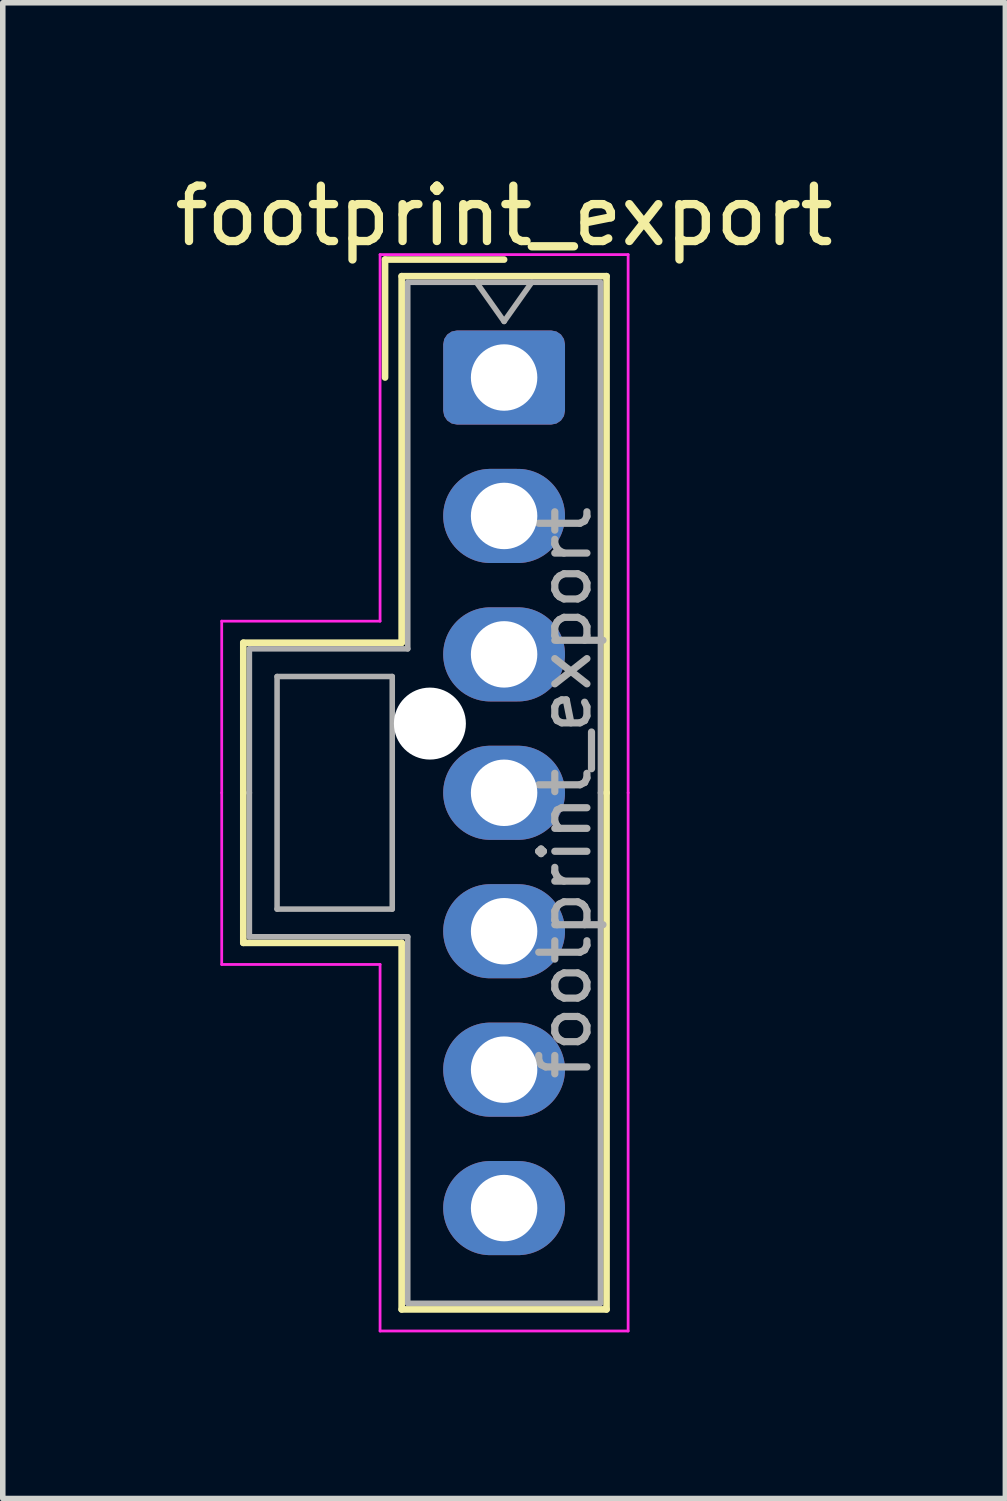
<source format=kicad_pcb>
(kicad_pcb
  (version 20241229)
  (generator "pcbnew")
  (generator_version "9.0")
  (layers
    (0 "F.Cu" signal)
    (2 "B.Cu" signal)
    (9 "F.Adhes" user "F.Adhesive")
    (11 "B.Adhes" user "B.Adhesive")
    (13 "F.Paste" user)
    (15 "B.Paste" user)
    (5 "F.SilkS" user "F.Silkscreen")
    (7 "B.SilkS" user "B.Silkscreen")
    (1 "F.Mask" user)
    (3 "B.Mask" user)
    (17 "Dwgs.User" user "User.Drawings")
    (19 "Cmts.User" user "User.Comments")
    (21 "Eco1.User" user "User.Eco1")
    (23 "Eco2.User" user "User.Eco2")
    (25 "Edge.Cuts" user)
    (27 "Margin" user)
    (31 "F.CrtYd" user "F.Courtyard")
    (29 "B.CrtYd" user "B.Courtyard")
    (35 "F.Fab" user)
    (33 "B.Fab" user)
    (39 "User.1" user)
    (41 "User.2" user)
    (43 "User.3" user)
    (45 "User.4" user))
  (footprint "footprint_export"
    (layer "F.Cu")
    (at 6.054 3.768)
    (property "Reference" "footprint_export" (at 0 -2.92 0) (layer "F.SilkS") (effects (font (size 1 1) (thickness 0.15))))
    (attr through_hole)
    (fp_line (start -4.71 4.79) (end -4.71 7.5) (stroke (width 0.12) (type solid)) (layer "F.SilkS"))
    (fp_line (start -4.71 10.21) (end -4.71 7.5) (stroke (width 0.12) (type solid)) (layer "F.SilkS"))
    (fp_line (start -2.15 -2.13) (end -2.15 0) (stroke (width 0.12) (type solid)) (layer "F.SilkS"))
    (fp_line (start -1.85 -1.83) (end -1.85 4.79) (stroke (width 0.12) (type solid)) (layer "F.SilkS"))
    (fp_line (start -1.85 4.79) (end -4.71 4.79) (stroke (width 0.12) (type solid)) (layer "F.SilkS"))
    (fp_line (start -1.85 10.21) (end -4.71 10.21) (stroke (width 0.12) (type solid)) (layer "F.SilkS"))
    (fp_line (start -1.85 16.83) (end -1.85 10.21) (stroke (width 0.12) (type solid)) (layer "F.SilkS"))
    (fp_line (start 0 -2.13) (end -2.15 -2.13) (stroke (width 0.12) (type solid)) (layer "F.SilkS"))
    (fp_line (start 1.85 -1.83) (end -1.85 -1.83) (stroke (width 0.12) (type solid)) (layer "F.SilkS"))
    (fp_line (start 1.85 7.5) (end 1.85 -1.83) (stroke (width 0.12) (type solid)) (layer "F.SilkS"))
    (fp_line (start 1.85 7.5) (end 1.85 16.83) (stroke (width 0.12) (type solid)) (layer "F.SilkS"))
    (fp_line (start 1.85 16.83) (end -1.85 16.83) (stroke (width 0.12) (type solid)) (layer "F.SilkS"))
    (fp_line (start -5.1 4.4) (end -5.1 7.5) (stroke (width 0.05) (type solid)) (layer "F.CrtYd"))
    (fp_line (start -5.1 10.6) (end -5.1 7.5) (stroke (width 0.05) (type solid)) (layer "F.CrtYd"))
    (fp_line (start -2.24 -2.22) (end -2.24 4.4) (stroke (width 0.05) (type solid)) (layer "F.CrtYd"))
    (fp_line (start -2.24 4.4) (end -5.1 4.4) (stroke (width 0.05) (type solid)) (layer "F.CrtYd"))
    (fp_line (start -2.24 10.6) (end -5.1 10.6) (stroke (width 0.05) (type solid)) (layer "F.CrtYd"))
    (fp_line (start -2.24 17.22) (end -2.24 10.6) (stroke (width 0.05) (type solid)) (layer "F.CrtYd"))
    (fp_line (start 2.24 -2.22) (end -2.24 -2.22) (stroke (width 0.05) (type solid)) (layer "F.CrtYd"))
    (fp_line (start 2.24 7.5) (end 2.24 -2.22) (stroke (width 0.05) (type solid)) (layer "F.CrtYd"))
    (fp_line (start 2.24 7.5) (end 2.24 17.22) (stroke (width 0.05) (type solid)) (layer "F.CrtYd"))
    (fp_line (start 2.24 17.22) (end -2.24 17.22) (stroke (width 0.05) (type solid)) (layer "F.CrtYd"))
    (fp_line (start -4.6 4.9) (end -4.6 7.5) (stroke (width 0.1) (type solid)) (layer "F.Fab"))
    (fp_line (start -4.6 10.1) (end -4.6 7.5) (stroke (width 0.1) (type solid)) (layer "F.Fab"))
    (fp_line (start -4.1 5.4) (end -4.1 9.6) (stroke (width 0.1) (type solid)) (layer "F.Fab"))
    (fp_line (start -4.1 9.6) (end -2.02 9.6) (stroke (width 0.1) (type solid)) (layer "F.Fab"))
    (fp_line (start -2.02 5.4) (end -4.1 5.4) (stroke (width 0.1) (type solid)) (layer "F.Fab"))
    (fp_line (start -2.02 9.6) (end -2.02 5.4) (stroke (width 0.1) (type solid)) (layer "F.Fab"))
    (fp_line (start -1.74 -1.72) (end -1.74 4.9) (stroke (width 0.1) (type solid)) (layer "F.Fab"))
    (fp_line (start -1.74 4.9) (end -4.6 4.9) (stroke (width 0.1) (type solid)) (layer "F.Fab"))
    (fp_line (start -1.74 10.1) (end -4.6 10.1) (stroke (width 0.1) (type solid)) (layer "F.Fab"))
    (fp_line (start -1.74 16.72) (end -1.74 10.1) (stroke (width 0.1) (type solid)) (layer "F.Fab"))
    (fp_line (start -0.5 -1.72) (end 0 -1.013) (stroke (width 0.1) (type solid)) (layer "F.Fab"))
    (fp_line (start 0 -1.013) (end 0.5 -1.72) (stroke (width 0.1) (type solid)) (layer "F.Fab"))
    (fp_line (start 1.74 -1.72) (end -1.74 -1.72) (stroke (width 0.1) (type solid)) (layer "F.Fab"))
    (fp_line (start 1.74 7.5) (end 1.74 -1.72) (stroke (width 0.1) (type solid)) (layer "F.Fab"))
    (fp_line (start 1.74 7.5) (end 1.74 16.72) (stroke (width 0.1) (type solid)) (layer "F.Fab"))
    (fp_line (start 1.74 16.72) (end -1.74 16.72) (stroke (width 0.1) (type solid)) (layer "F.Fab"))
    (fp_text user "${REFERENCE}" (at 1.1 7.5 90) (layer "F.Fab") (effects (font (size 0.87 0.87) (thickness 0.13))))
    (pad "" np_thru_hole circle (at -1.34 6.25) (size 1.3 1.3) (drill 1.3) (layers "*.Cu" "*.Mask"))
    (pad "1" thru_hole roundrect (at 0 0) (size 2.2 1.7) (drill 1.2) (layers "*.Cu" "*.Mask") (roundrect_rratio 0.147))
    (pad "2" thru_hole oval (at 0 2.5) (size 2.2 1.7) (drill 1.2) (layers "*.Cu" "*.Mask"))
    (pad "3" thru_hole oval (at 0 5) (size 2.2 1.7) (drill 1.2) (layers "*.Cu" "*.Mask"))
    (pad "4" thru_hole oval (at 0 7.5) (size 2.2 1.7) (drill 1.2) (layers "*.Cu" "*.Mask"))
    (pad "5" thru_hole oval (at 0 10) (size 2.2 1.7) (drill 1.2) (layers "*.Cu" "*.Mask"))
    (pad "6" thru_hole oval (at 0 12.5) (size 2.2 1.7) (drill 1.2) (layers "*.Cu" "*.Mask"))
    (pad "7" thru_hole oval (at 0 15) (size 2.2 1.7) (drill 1.2) (layers "*.Cu" "*.Mask")))
  (gr_rect
    (start -3 -3)
    (end 15.107 24.013)
    (stroke (width 0.1) (type default))
    (fill no)
    (layer "Edge.Cuts")))
</source>
